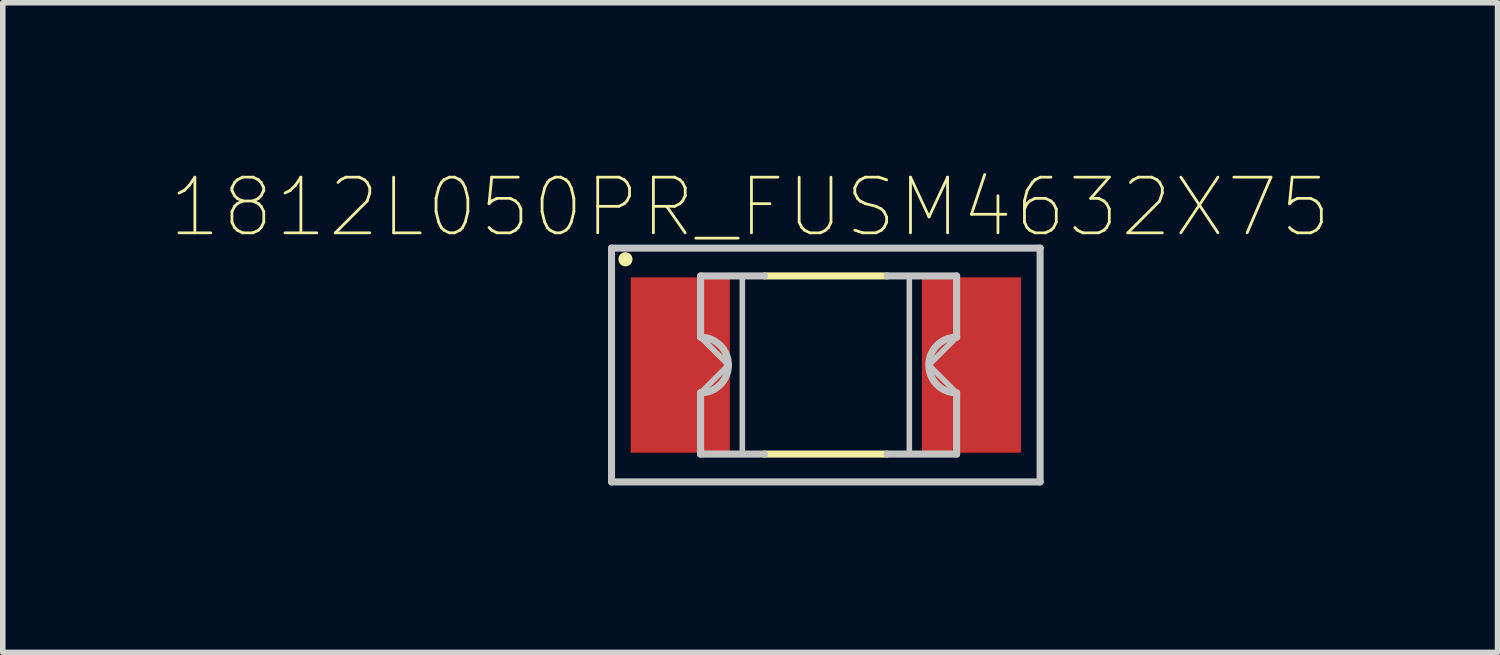
<source format=kicad_pcb>
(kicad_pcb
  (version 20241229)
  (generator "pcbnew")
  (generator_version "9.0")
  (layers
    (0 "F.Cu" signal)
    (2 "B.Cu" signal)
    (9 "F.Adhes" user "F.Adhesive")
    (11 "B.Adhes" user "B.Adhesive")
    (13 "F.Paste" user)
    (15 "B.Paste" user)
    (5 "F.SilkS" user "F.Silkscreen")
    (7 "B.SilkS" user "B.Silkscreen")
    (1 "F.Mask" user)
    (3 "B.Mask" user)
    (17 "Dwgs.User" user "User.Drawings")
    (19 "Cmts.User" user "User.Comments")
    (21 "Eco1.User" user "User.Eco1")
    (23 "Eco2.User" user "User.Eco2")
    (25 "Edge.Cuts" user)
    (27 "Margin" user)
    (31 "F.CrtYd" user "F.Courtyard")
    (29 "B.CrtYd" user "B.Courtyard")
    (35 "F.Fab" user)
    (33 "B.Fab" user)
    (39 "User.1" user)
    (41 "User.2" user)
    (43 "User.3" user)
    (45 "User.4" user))
  (footprint "1812L050PR_FUSM4632X75"
    (layer "F.Cu")
    (at 11.787 3.508)
    (property "Reference" "1812L050PR_FUSM4632X75" (at -1.36 -2.835 0) (layer "F.SilkS") (effects (font (size 1 1) (thickness 0.05))))
    (attr smd)
    (fp_line (start -1.1 -1.6) (end 1.1 -1.6) (stroke (width 0.127) (type solid)) (layer "F.SilkS"))
    (fp_line (start 1.1 1.6) (end -1.1 1.6) (stroke (width 0.127) (type solid)) (layer "F.SilkS"))
    (fp_circle (center -3.6 -1.9) (end -3.473 -1.9) (stroke (width 0) (type solid)) (fill yes) (layer "F.SilkS"))
    (fp_line (start -3.85 -2.1) (end -3.85 2.1) (stroke (width 0.127) (type solid)) (layer "Dwgs.User"))
    (fp_line (start -3.85 2.1) (end 3.85 2.1) (stroke (width 0.127) (type solid)) (layer "Dwgs.User"))
    (fp_line (start -2.25 -1.6) (end -2.25 -0.5) (stroke (width 0.127) (type solid)) (layer "Dwgs.User"))
    (fp_line (start -2.25 -1.6) (end -1.1 -1.6) (stroke (width 0.127) (type solid)) (layer "Dwgs.User"))
    (fp_line (start -2.25 1.6) (end -2.25 0.5) (stroke (width 0.127) (type solid)) (layer "Dwgs.User"))
    (fp_line (start -1.1 1.6) (end -2.25 1.6) (stroke (width 0.127) (type solid)) (layer "Dwgs.User"))
    (fp_line (start 1.1 -1.6) (end 2.35 -1.6) (stroke (width 0.127) (type solid)) (layer "Dwgs.User"))
    (fp_line (start 2.35 -1.6) (end 2.35 -0.5) (stroke (width 0.127) (type solid)) (layer "Dwgs.User"))
    (fp_line (start 2.35 0.5) (end 2.35 1.6) (stroke (width 0.127) (type solid)) (layer "Dwgs.User"))
    (fp_line (start 2.35 1.6) (end 1.1 1.6) (stroke (width 0.127) (type solid)) (layer "Dwgs.User"))
    (fp_line (start 3.85 -2.1) (end -3.85 -2.1) (stroke (width 0.127) (type solid)) (layer "Dwgs.User"))
    (fp_line (start 3.85 2.1) (end 3.85 -2.1) (stroke (width 0.127) (type solid)) (layer "Dwgs.User"))
    (fp_arc (start -2.25 -0.5) (mid -1.75 0) (end -2.25 0.5) (stroke (width 0.127) (type solid)) (layer "Dwgs.User"))
    (fp_arc (start 2.35 0.5) (mid 1.85 0) (end 2.35 -0.5) (stroke (width 0.127) (type solid)) (layer "Dwgs.User"))
    (fp_poly (pts (xy -1.5 -1.6) (xy -2.25 -1.6) (xy -2.25 -0.5) (xy -1.75 0) (xy -2.25 0.5) (xy -2.25 1.6) (xy -1.5 1.6)) (stroke (width 0.1) (type solid)) (fill no) (layer "Dwgs.User"))
    (fp_poly (pts (xy 1.5 -1.6) (xy 1.5 1.6) (xy 2.35 1.6) (xy 2.35 0.5) (xy 1.85 0) (xy 2.35 -0.5) (xy 2.35 -1.6)) (stroke (width 0.1) (type solid)) (fill no) (layer "Dwgs.User"))
    (pad "1" smd rect (at -2.615 0) (size 1.78 3.15) (layers "F.Cu" "F.Mask" "F.Paste"))
    (pad "2" smd rect (at 2.615 0) (size 1.78 3.15) (layers "F.Cu" "F.Mask" "F.Paste")))
  (gr_rect
    (start -3 -3)
    (end 23.855 8.671)
    (stroke (width 0.1) (type default))
    (fill no)
    (layer "Edge.Cuts")))
</source>
